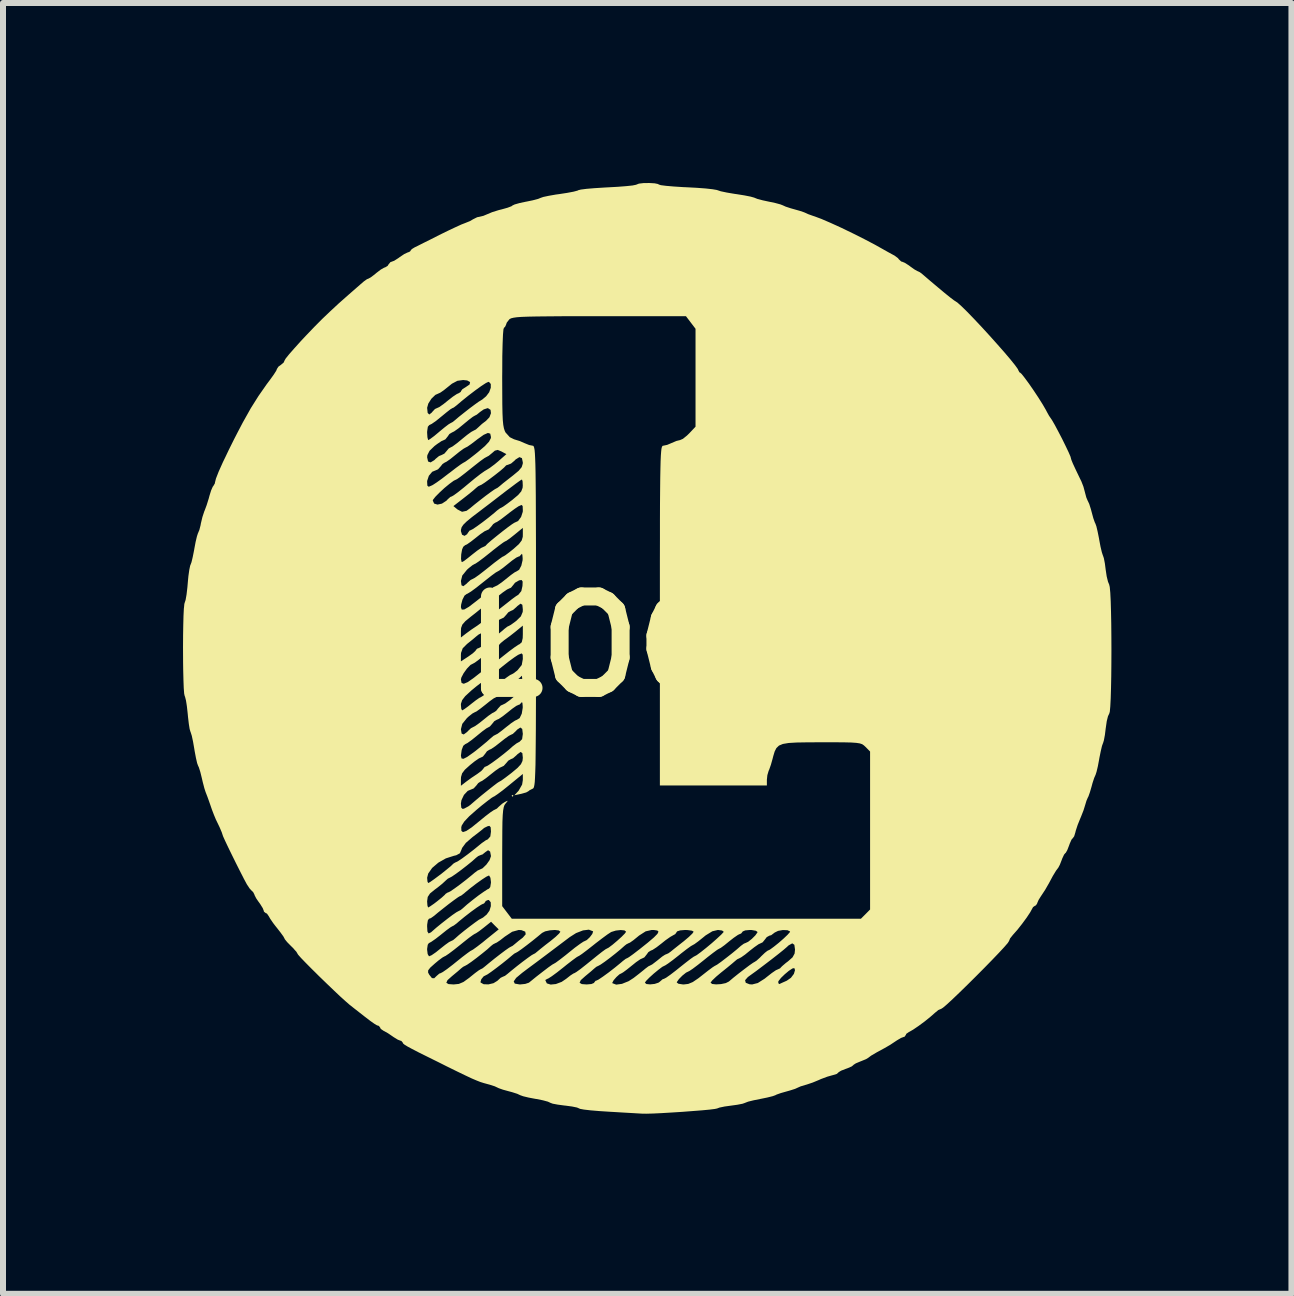
<source format=kicad_pcb>
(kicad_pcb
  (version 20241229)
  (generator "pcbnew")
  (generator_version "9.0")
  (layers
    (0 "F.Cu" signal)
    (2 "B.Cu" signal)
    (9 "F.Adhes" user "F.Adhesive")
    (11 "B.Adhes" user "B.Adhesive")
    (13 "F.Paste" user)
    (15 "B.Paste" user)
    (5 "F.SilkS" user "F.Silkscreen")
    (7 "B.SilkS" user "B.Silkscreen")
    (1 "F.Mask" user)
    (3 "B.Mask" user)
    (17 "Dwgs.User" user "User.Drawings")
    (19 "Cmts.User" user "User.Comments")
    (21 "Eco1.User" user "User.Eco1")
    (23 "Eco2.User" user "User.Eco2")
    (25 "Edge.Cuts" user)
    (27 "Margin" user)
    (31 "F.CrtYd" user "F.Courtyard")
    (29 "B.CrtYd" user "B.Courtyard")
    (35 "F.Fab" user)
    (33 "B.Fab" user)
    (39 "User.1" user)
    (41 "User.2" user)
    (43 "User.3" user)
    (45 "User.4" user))
  (footprint "LOGO"
    (layer "F.Cu")
    (at 7.728 7.725)
    (property "Reference" "LOGO" (at 0 0 0) (layer "F.SilkS") (effects (font (size 1.524 1.524) (thickness 0.3))))
    (attr board_only exclude_from_pos_files exclude_from_bom)
    (fp_poly (pts (xy -2.221 2.487) (xy -2.237 2.502) (xy -2.252 2.487) (xy -2.237 2.471)) (stroke (width 0) (type solid)) (fill yes) (layer "F.SilkS"))
    (fp_poly (pts (xy 0.131 -7.72) (xy 0.19 -7.708) (xy 0.2 -7.7) (xy 0.236 -7.689) (xy 0.322 -7.678) (xy 0.448 -7.667) (xy 0.602 -7.657) (xy 0.67 -7.654) (xy 0.836 -7.645) (xy 0.983 -7.634) (xy 1.098 -7.621) (xy 1.168 -7.609) (xy 1.18 -7.605) (xy 1.235 -7.587) (xy 1.335 -7.566) (xy 1.459 -7.545) (xy 1.501 -7.539) (xy 1.626 -7.519) (xy 1.728 -7.499) (xy 1.789 -7.482) (xy 1.799 -7.478) (xy 1.844 -7.46) (xy 1.931 -7.437) (xy 2.033 -7.415) (xy 2.142 -7.392) (xy 2.227 -7.369) (xy 2.268 -7.353) (xy 2.314 -7.332) (xy 2.399 -7.304) (xy 2.456 -7.288) (xy 2.551 -7.261) (xy 2.622 -7.237) (xy 2.643 -7.228) (xy 2.691 -7.206) (xy 2.772 -7.177) (xy 2.8 -7.168) (xy 2.912 -7.126) (xy 3.065 -7.06) (xy 3.245 -6.978) (xy 3.437 -6.885) (xy 3.628 -6.789) (xy 3.803 -6.697) (xy 3.926 -6.628) (xy 4.02 -6.575) (xy 4.097 -6.533) (xy 4.129 -6.516) (xy 4.187 -6.473) (xy 4.201 -6.454) (xy 4.241 -6.417) (xy 4.258 -6.413) (xy 4.301 -6.395) (xy 4.37 -6.351) (xy 4.392 -6.334) (xy 4.461 -6.285) (xy 4.508 -6.258) (xy 4.515 -6.256) (xy 4.552 -6.238) (xy 4.59 -6.209) (xy 4.722 -6.096) (xy 4.849 -5.989) (xy 4.964 -5.893) (xy 5.057 -5.818) (xy 5.12 -5.77) (xy 5.142 -5.756) (xy 5.177 -5.733) (xy 5.246 -5.671) (xy 5.342 -5.577) (xy 5.456 -5.459) (xy 5.582 -5.325) (xy 5.712 -5.183) (xy 5.84 -5.04) (xy 5.959 -4.905) (xy 6.06 -4.786) (xy 6.138 -4.689) (xy 6.184 -4.625) (xy 6.194 -4.602) (xy 6.212 -4.569) (xy 6.22 -4.567) (xy 6.248 -4.542) (xy 6.3 -4.476) (xy 6.37 -4.381) (xy 6.448 -4.268) (xy 6.527 -4.149) (xy 6.598 -4.036) (xy 6.653 -3.941) (xy 6.669 -3.91) (xy 6.704 -3.847) (xy 6.725 -3.816) (xy 6.753 -3.775) (xy 6.801 -3.692) (xy 6.859 -3.583) (xy 6.922 -3.462) (xy 6.981 -3.342) (xy 7.03 -3.239) (xy 7.062 -3.165) (xy 7.069 -3.138) (xy 7.077 -3.11) (xy 7.101 -3.051) (xy 7.146 -2.954) (xy 7.214 -2.812) (xy 7.243 -2.753) (xy 7.277 -2.666) (xy 7.304 -2.566) (xy 7.304 -2.565) (xy 7.326 -2.483) (xy 7.35 -2.427) (xy 7.352 -2.424) (xy 7.374 -2.377) (xy 7.401 -2.292) (xy 7.416 -2.236) (xy 7.442 -2.14) (xy 7.467 -2.069) (xy 7.477 -2.049) (xy 7.493 -2.005) (xy 7.514 -1.916) (xy 7.537 -1.802) (xy 7.54 -1.783) (xy 7.562 -1.666) (xy 7.584 -1.573) (xy 7.601 -1.52) (xy 7.603 -1.517) (xy 7.618 -1.472) (xy 7.635 -1.384) (xy 7.648 -1.283) (xy 7.665 -1.17) (xy 7.687 -1.08) (xy 7.706 -1.035) (xy 7.716 -0.993) (xy 7.725 -0.897) (xy 7.732 -0.758) (xy 7.737 -0.584) (xy 7.741 -0.384) (xy 7.743 -0.167) (xy 7.744 0.058) (xy 7.743 0.283) (xy 7.741 0.498) (xy 7.737 0.695) (xy 7.732 0.865) (xy 7.725 0.998) (xy 7.717 1.086) (xy 7.707 1.119) (xy 7.687 1.16) (xy 7.666 1.244) (xy 7.65 1.356) (xy 7.649 1.361) (xy 7.635 1.474) (xy 7.618 1.564) (xy 7.604 1.61) (xy 7.603 1.611) (xy 7.587 1.655) (xy 7.566 1.744) (xy 7.543 1.858) (xy 7.54 1.877) (xy 7.518 1.994) (xy 7.496 2.087) (xy 7.479 2.14) (xy 7.477 2.143) (xy 7.457 2.189) (xy 7.429 2.274) (xy 7.414 2.33) (xy 7.386 2.426) (xy 7.361 2.497) (xy 7.35 2.518) (xy 7.328 2.569) (xy 7.306 2.642) (xy 7.279 2.729) (xy 7.237 2.836) (xy 7.223 2.869) (xy 7.181 2.973) (xy 7.149 3.071) (xy 7.143 3.097) (xy 7.123 3.162) (xy 7.102 3.191) (xy 7.102 3.191) (xy 7.079 3.217) (xy 7.049 3.285) (xy 7.038 3.316) (xy 7.008 3.393) (xy 6.983 3.437) (xy 6.977 3.441) (xy 6.955 3.467) (xy 6.924 3.533) (xy 6.915 3.558) (xy 6.884 3.637) (xy 6.858 3.686) (xy 6.854 3.691) (xy 6.821 3.735) (xy 6.767 3.824) (xy 6.7 3.949) (xy 6.694 3.959) (xy 6.64 4.053) (xy 6.577 4.149) (xy 6.575 4.151) (xy 6.53 4.223) (xy 6.507 4.276) (xy 6.506 4.282) (xy 6.484 4.315) (xy 6.474 4.317) (xy 6.438 4.342) (xy 6.422 4.371) (xy 6.39 4.429) (xy 6.331 4.518) (xy 6.256 4.62) (xy 6.178 4.719) (xy 6.11 4.796) (xy 6.102 4.805) (xy 6.055 4.864) (xy 6.037 4.908) (xy 6.016 4.941) (xy 5.957 5.009) (xy 5.867 5.106) (xy 5.754 5.224) (xy 5.626 5.355) (xy 5.489 5.493) (xy 5.351 5.63) (xy 5.22 5.758) (xy 5.103 5.87) (xy 5.007 5.959) (xy 4.939 6.017) (xy 4.908 6.037) (xy 4.86 6.057) (xy 4.805 6.102) (xy 4.731 6.167) (xy 4.635 6.245) (xy 4.532 6.321) (xy 4.441 6.383) (xy 4.377 6.42) (xy 4.371 6.422) (xy 4.325 6.454) (xy 4.317 6.474) (xy 4.293 6.505) (xy 4.282 6.506) (xy 4.236 6.523) (xy 4.166 6.565) (xy 4.151 6.575) (xy 4.056 6.638) (xy 3.961 6.693) (xy 3.959 6.694) (xy 3.832 6.763) (xy 3.74 6.817) (xy 3.693 6.852) (xy 3.691 6.854) (xy 3.654 6.876) (xy 3.581 6.906) (xy 3.558 6.915) (xy 3.484 6.946) (xy 3.444 6.972) (xy 3.441 6.977) (xy 3.414 6.998) (xy 3.347 7.027) (xy 3.316 7.038) (xy 3.239 7.068) (xy 3.195 7.095) (xy 3.191 7.102) (xy 3.164 7.123) (xy 3.099 7.143) (xy 3.097 7.143) (xy 3.009 7.168) (xy 2.902 7.208) (xy 2.869 7.223) (xy 2.765 7.266) (xy 2.667 7.299) (xy 2.642 7.306) (xy 2.566 7.329) (xy 2.518 7.35) (xy 2.472 7.371) (xy 2.387 7.398) (xy 2.33 7.414) (xy 2.235 7.441) (xy 2.164 7.466) (xy 2.143 7.477) (xy 2.098 7.493) (xy 2.01 7.515) (xy 1.898 7.538) (xy 1.892 7.539) (xy 1.779 7.562) (xy 1.69 7.584) (xy 1.643 7.602) (xy 1.642 7.603) (xy 1.596 7.619) (xy 1.508 7.636) (xy 1.407 7.65) (xy 1.298 7.665) (xy 1.212 7.683) (xy 1.172 7.698) (xy 1.134 7.706) (xy 1.045 7.717) (xy 0.917 7.729) (xy 0.762 7.741) (xy 0.592 7.754) (xy 0.418 7.765) (xy 0.252 7.775) (xy 0.106 7.782) (xy -0.008 7.785) (xy -0.078 7.784) (xy -0.078 7.784) (xy -0.13 7.781) (xy -0.232 7.775) (xy -0.372 7.767) (xy -0.536 7.757) (xy -0.624 7.752) (xy -0.792 7.741) (xy -0.936 7.729) (xy -1.047 7.716) (xy -1.112 7.704) (xy -1.125 7.698) (xy -1.162 7.682) (xy -1.245 7.665) (xy -1.356 7.65) (xy -1.369 7.649) (xy -1.481 7.634) (xy -1.567 7.618) (xy -1.61 7.602) (xy -1.611 7.601) (xy -1.648 7.584) (xy -1.729 7.562) (xy -1.839 7.54) (xy -1.853 7.538) (xy -1.969 7.516) (xy -2.06 7.494) (xy -2.11 7.476) (xy -2.112 7.475) (xy -2.159 7.453) (xy -2.244 7.426) (xy -2.3 7.411) (xy -2.395 7.385) (xy -2.466 7.36) (xy -2.487 7.35) (xy -2.534 7.328) (xy -2.618 7.301) (xy -2.659 7.29) (xy -2.717 7.274) (xy -2.774 7.256) (xy -2.837 7.231) (xy -2.917 7.197) (xy -3.021 7.148) (xy -3.16 7.081) (xy -3.341 6.992) (xy -3.448 6.938) (xy -3.65 6.838) (xy -3.803 6.762) (xy -3.913 6.705) (xy -3.987 6.665) (xy -4.033 6.637) (xy -4.057 6.618) (xy -4.066 6.604) (xy -4.067 6.598) (xy -4.091 6.571) (xy -4.103 6.569) (xy -4.149 6.551) (xy -4.219 6.508) (xy -4.236 6.496) (xy -4.314 6.443) (xy -4.38 6.406) (xy -4.387 6.403) (xy -4.433 6.371) (xy -4.442 6.351) (xy -4.466 6.32) (xy -4.475 6.319) (xy -4.498 6.311) (xy -4.541 6.285) (xy -4.609 6.237) (xy -4.708 6.161) (xy -4.846 6.053) (xy -4.954 5.968) (xy -5.018 5.912) (xy -5.11 5.829) (xy -5.221 5.724) (xy -5.342 5.608) (xy -5.347 5.603) (xy -3.34 5.603) (xy -3.303 5.625) (xy -3.218 5.631) (xy -3.131 5.622) (xy -3.058 5.591) (xy -2.771 5.591) (xy -2.768 5.599) (xy -2.719 5.627) (xy -2.639 5.63) (xy -2.554 5.61) (xy -2.505 5.58) (xy -2.217 5.58) (xy -2.199 5.617) (xy -2.123 5.63) (xy -2.11 5.631) (xy -2.025 5.622) (xy -1.965 5.602) (xy -1.962 5.6) (xy -1.916 5.563) (xy -1.689 5.563) (xy -1.665 5.613) (xy -1.601 5.633) (xy -1.514 5.624) (xy -1.458 5.603) (xy -1.119 5.603) (xy -1.082 5.625) (xy -1.001 5.631) (xy -0.923 5.624) (xy -0.879 5.606) (xy -0.877 5.602) (xy -0.574 5.602) (xy -0.573 5.61) (xy -0.509 5.634) (xy -0.413 5.621) (xy -0.366 5.602) (xy -0.031 5.602) (xy -0.005 5.624) (xy 0.057 5.63) (xy 0.132 5.622) (xy 0.196 5.601) (xy 0.2 5.598) (xy 0.5 5.598) (xy 0.528 5.619) (xy 0.597 5.63) (xy 0.618 5.631) (xy 0.692 5.622) (xy 0.743 5.601) (xy 1.064 5.601) (xy 1.09 5.623) (xy 1.156 5.63) (xy 1.239 5.625) (xy 1.318 5.608) (xy 1.369 5.582) (xy 1.395 5.56) (xy 1.639 5.56) (xy 1.65 5.603) (xy 1.713 5.628) (xy 1.757 5.631) (xy 1.851 5.607) (xy 1.876 5.591) (xy 2.19 5.591) (xy 2.202 5.624) (xy 2.213 5.623) (xy 2.256 5.603) (xy 2.328 5.571) (xy 2.336 5.567) (xy 2.403 5.52) (xy 2.452 5.455) (xy 2.471 5.392) (xy 2.459 5.358) (xy 2.427 5.365) (xy 2.368 5.404) (xy 2.3 5.461) (xy 2.237 5.522) (xy 2.197 5.573) (xy 2.19 5.591) (xy 1.876 5.591) (xy 1.966 5.534) (xy 2.002 5.505) (xy 2.085 5.44) (xy 2.152 5.394) (xy 2.184 5.38) (xy 2.223 5.362) (xy 2.226 5.357) (xy 2.256 5.326) (xy 2.318 5.273) (xy 2.354 5.246) (xy 2.43 5.179) (xy 2.464 5.116) (xy 2.471 5.05) (xy 2.46 4.97) (xy 2.425 4.946) (xy 2.364 4.98) (xy 2.334 5.008) (xy 2.283 5.052) (xy 2.195 5.123) (xy 2.081 5.212) (xy 1.954 5.309) (xy 1.827 5.405) (xy 1.712 5.488) (xy 1.685 5.508) (xy 1.639 5.56) (xy 1.395 5.56) (xy 1.441 5.521) (xy 1.531 5.449) (xy 1.626 5.376) (xy 1.711 5.312) (xy 1.773 5.269) (xy 1.798 5.255) (xy 1.829 5.235) (xy 1.886 5.184) (xy 1.908 5.161) (xy 1.969 5.103) (xy 2.011 5.07) (xy 2.018 5.067) (xy 2.055 5.049) (xy 2.12 5.001) (xy 2.2 4.937) (xy 2.28 4.867) (xy 2.346 4.804) (xy 2.385 4.76) (xy 2.389 4.748) (xy 2.345 4.727) (xy 2.269 4.724) (xy 2.189 4.738) (xy 2.132 4.766) (xy 2.127 4.77) (xy 2.074 4.81) (xy 2.046 4.817) (xy 2 4.842) (xy 1.971 4.88) (xy 1.931 4.929) (xy 1.904 4.942) (xy 1.863 4.961) (xy 1.793 5.01) (xy 1.72 5.067) (xy 1.639 5.133) (xy 1.575 5.178) (xy 1.547 5.193) (xy 1.507 5.212) (xy 1.473 5.24) (xy 1.424 5.282) (xy 1.343 5.349) (xy 1.247 5.426) (xy 1.243 5.429) (xy 1.156 5.502) (xy 1.092 5.563) (xy 1.064 5.599) (xy 1.064 5.601) (xy 0.743 5.601) (xy 0.767 5.591) (xy 0.86 5.528) (xy 0.929 5.474) (xy 1.022 5.401) (xy 1.096 5.346) (xy 1.138 5.319) (xy 1.142 5.318) (xy 1.174 5.3) (xy 1.24 5.253) (xy 1.326 5.187) (xy 1.418 5.115) (xy 1.502 5.046) (xy 1.564 4.992) (xy 1.567 4.989) (xy 1.619 4.951) (xy 1.645 4.941) (xy 1.69 4.92) (xy 1.752 4.871) (xy 1.81 4.813) (xy 1.844 4.765) (xy 1.846 4.756) (xy 1.818 4.736) (xy 1.749 4.724) (xy 1.72 4.723) (xy 1.642 4.73) (xy 1.599 4.748) (xy 1.595 4.755) (xy 1.571 4.784) (xy 1.561 4.786) (xy 1.52 4.805) (xy 1.449 4.854) (xy 1.376 4.911) (xy 1.295 4.977) (xy 1.233 5.022) (xy 1.205 5.036) (xy 1.173 5.055) (xy 1.105 5.105) (xy 1.012 5.177) (xy 0.954 5.224) (xy 0.852 5.305) (xy 0.767 5.369) (xy 0.712 5.406) (xy 0.698 5.413) (xy 0.655 5.434) (xy 0.593 5.484) (xy 0.536 5.542) (xy 0.503 5.589) (xy 0.5 5.598) (xy 0.2 5.598) (xy 0.219 5.584) (xy 0.265 5.544) (xy 0.288 5.537) (xy 0.324 5.518) (xy 0.395 5.468) (xy 0.49 5.395) (xy 0.547 5.349) (xy 0.649 5.268) (xy 0.732 5.204) (xy 0.785 5.167) (xy 0.798 5.161) (xy 0.833 5.142) (xy 0.901 5.092) (xy 0.988 5.023) (xy 1.083 4.944) (xy 1.171 4.866) (xy 1.241 4.801) (xy 1.279 4.76) (xy 1.283 4.753) (xy 1.255 4.732) (xy 1.189 4.723) (xy 1.185 4.723) (xy 1.093 4.745) (xy 0.982 4.813) (xy 0.938 4.849) (xy 0.857 4.914) (xy 0.795 4.959) (xy 0.768 4.974) (xy 0.736 4.992) (xy 0.668 5.041) (xy 0.576 5.112) (xy 0.534 5.146) (xy 0.436 5.223) (xy 0.356 5.282) (xy 0.307 5.314) (xy 0.298 5.318) (xy 0.26 5.337) (xy 0.195 5.386) (xy 0.117 5.45) (xy 0.043 5.517) (xy -0.012 5.573) (xy -0.031 5.602) (xy -0.366 5.602) (xy -0.303 5.577) (xy -0.219 5.523) (xy -0.13 5.454) (xy -0.054 5.393) (xy -0.023 5.367) (xy 0.029 5.328) (xy 0.055 5.316) (xy 0.091 5.297) (xy 0.154 5.249) (xy 0.187 5.223) (xy 0.256 5.167) (xy 0.307 5.134) (xy 0.319 5.13) (xy 0.36 5.112) (xy 0.398 5.085) (xy 0.451 5.042) (xy 0.534 4.976) (xy 0.618 4.91) (xy 0.701 4.84) (xy 0.76 4.783) (xy 0.782 4.752) (xy 0.754 4.735) (xy 0.683 4.725) (xy 0.641 4.723) (xy 0.557 4.73) (xy 0.507 4.746) (xy 0.5 4.756) (xy 0.475 4.792) (xy 0.446 4.808) (xy 0.393 4.838) (xy 0.312 4.895) (xy 0.246 4.948) (xy 0.163 5.012) (xy 0.097 5.055) (xy 0.067 5.067) (xy 0.027 5.092) (xy 0 5.13) (xy -0.04 5.18) (xy -0.067 5.193) (xy -0.107 5.211) (xy -0.178 5.26) (xy -0.25 5.318) (xy -0.331 5.383) (xy -0.392 5.428) (xy -0.417 5.443) (xy -0.455 5.462) (xy -0.506 5.508) (xy -0.552 5.561) (xy -0.574 5.602) (xy -0.877 5.602) (xy -0.876 5.599) (xy -0.852 5.569) (xy -0.842 5.568) (xy -0.804 5.55) (xy -0.731 5.501) (xy -0.636 5.432) (xy -0.533 5.352) (xy -0.434 5.271) (xy -0.399 5.241) (xy -0.349 5.203) (xy -0.326 5.193) (xy -0.295 5.175) (xy -0.228 5.127) (xy -0.141 5.06) (xy -0.131 5.053) (xy 0.018 4.934) (xy 0.12 4.847) (xy 0.178 4.788) (xy 0.196 4.751) (xy 0.176 4.732) (xy 0.123 4.724) (xy 0.082 4.723) (xy -0.018 4.746) (xy -0.129 4.817) (xy -0.148 4.833) (xy -0.223 4.894) (xy -0.28 4.934) (xy -0.3 4.942) (xy -0.339 4.962) (xy -0.373 4.989) (xy -0.437 5.046) (xy -0.522 5.116) (xy -0.615 5.189) (xy -0.702 5.254) (xy -0.769 5.3) (xy -0.801 5.318) (xy -0.84 5.337) (xy -0.873 5.364) (xy -0.93 5.414) (xy -1.007 5.478) (xy -1.024 5.492) (xy -1.1 5.56) (xy -1.119 5.603) (xy -1.458 5.603) (xy -1.418 5.588) (xy -1.344 5.538) (xy -1.273 5.482) (xy -1.221 5.448) (xy -1.209 5.444) (xy -1.175 5.425) (xy -1.104 5.374) (xy -1.009 5.299) (xy -0.936 5.24) (xy -0.831 5.155) (xy -0.745 5.087) (xy -0.687 5.045) (xy -0.67 5.036) (xy -0.634 5.017) (xy -0.569 4.968) (xy -0.492 4.903) (xy -0.418 4.836) (xy -0.364 4.781) (xy -0.344 4.752) (xy -0.371 4.73) (xy -0.435 4.724) (xy -0.515 4.733) (xy -0.59 4.756) (xy -0.602 4.763) (xy -0.657 4.799) (xy -0.745 4.864) (xy -0.851 4.945) (xy -0.896 4.981) (xy -0.997 5.06) (xy -1.079 5.122) (xy -1.131 5.157) (xy -1.142 5.161) (xy -1.173 5.18) (xy -1.241 5.23) (xy -1.334 5.302) (xy -1.392 5.349) (xy -1.495 5.43) (xy -1.582 5.494) (xy -1.64 5.531) (xy -1.655 5.537) (xy -1.688 5.555) (xy -1.689 5.563) (xy -1.916 5.563) (xy -1.841 5.502) (xy -1.729 5.415) (xy -1.636 5.344) (xy -1.572 5.299) (xy -1.548 5.286) (xy -1.517 5.268) (xy -1.449 5.218) (xy -1.356 5.146) (xy -1.298 5.099) (xy -1.196 5.017) (xy -1.11 4.954) (xy -1.054 4.917) (xy -1.04 4.911) (xy -0.999 4.891) (xy -0.949 4.844) (xy -0.908 4.79) (xy -0.894 4.75) (xy -0.896 4.745) (xy -0.964 4.718) (xy -1.062 4.73) (xy -1.178 4.775) (xy -1.282 4.841) (xy -1.482 4.992) (xy -1.673 5.136) (xy -1.845 5.265) (xy -1.988 5.371) (xy -2.078 5.439) (xy -2.176 5.521) (xy -2.217 5.58) (xy -2.505 5.58) (xy -2.489 5.57) (xy -2.487 5.568) (xy -2.436 5.521) (xy -2.404 5.505) (xy -2.362 5.487) (xy -2.323 5.457) (xy -2.252 5.398) (xy -2.163 5.326) (xy -2.069 5.253) (xy -1.983 5.189) (xy -1.921 5.145) (xy -1.895 5.13) (xy -1.86 5.112) (xy -1.822 5.081) (xy -1.769 5.037) (xy -1.685 4.97) (xy -1.603 4.907) (xy -1.519 4.838) (xy -1.46 4.782) (xy -1.439 4.752) (xy -1.466 4.731) (xy -1.531 4.723) (xy -1.614 4.729) (xy -1.693 4.746) (xy -1.744 4.772) (xy -1.815 4.831) (xy -1.904 4.903) (xy -1.998 4.976) (xy -2.083 5.04) (xy -2.146 5.084) (xy -2.172 5.099) (xy -2.207 5.117) (xy -2.244 5.147) (xy -2.319 5.21) (xy -2.41 5.283) (xy -2.505 5.356) (xy -2.59 5.419) (xy -2.652 5.462) (xy -2.675 5.474) (xy -2.718 5.496) (xy -2.757 5.544) (xy -2.771 5.591) (xy -3.058 5.591) (xy -3.052 5.588) (xy -2.958 5.52) (xy -2.94 5.505) (xy -2.859 5.44) (xy -2.798 5.395) (xy -2.772 5.38) (xy -2.736 5.362) (xy -2.698 5.332) (xy -2.627 5.273) (xy -2.538 5.201) (xy -2.444 5.128) (xy -2.359 5.064) (xy -2.296 5.02) (xy -2.27 5.005) (xy -2.235 4.987) (xy -2.197 4.956) (xy -2.13 4.9) (xy -2.067 4.852) (xy -2.017 4.795) (xy -2.025 4.751) (xy -2.088 4.726) (xy -2.134 4.723) (xy -2.243 4.753) (xy -2.364 4.833) (xy -2.441 4.893) (xy -2.5 4.933) (xy -2.521 4.942) (xy -2.56 4.962) (xy -2.594 4.989) (xy -2.657 5.046) (xy -2.743 5.116) (xy -2.836 5.189) (xy -2.923 5.254) (xy -2.99 5.3) (xy -3.022 5.318) (xy -3.06 5.337) (xy -3.094 5.364) (xy -3.151 5.414) (xy -3.228 5.478) (xy -3.245 5.492) (xy -3.321 5.56) (xy -3.34 5.603) (xy -5.347 5.603) (xy -5.465 5.489) (xy -5.522 5.432) (xy -3.644 5.432) (xy -3.625 5.468) (xy -3.58 5.525) (xy -3.542 5.528) (xy -3.503 5.49) (xy -3.457 5.45) (xy -3.435 5.443) (xy -3.399 5.424) (xy -3.327 5.374) (xy -3.232 5.301) (xy -3.175 5.255) (xy -3.074 5.174) (xy -2.991 5.111) (xy -2.938 5.073) (xy -2.926 5.067) (xy -2.894 5.049) (xy -2.826 5) (xy -2.734 4.929) (xy -2.687 4.89) (xy -2.467 4.713) (xy -2.531 4.65) (xy -2.594 4.586) (xy -2.719 4.686) (xy -2.793 4.743) (xy -2.847 4.779) (xy -2.863 4.786) (xy -2.894 4.805) (xy -2.962 4.854) (xy -3.054 4.927) (xy -3.112 4.974) (xy -3.214 5.055) (xy -3.299 5.119) (xy -3.354 5.156) (xy -3.368 5.162) (xy -3.404 5.182) (xy -3.47 5.231) (xy -3.531 5.282) (xy -3.607 5.35) (xy -3.642 5.395) (xy -3.644 5.432) (xy -5.522 5.432) (xy -5.582 5.373) (xy -5.683 5.271) (xy -5.762 5.189) (xy -5.809 5.136) (xy -5.818 5.122) (xy -5.839 5.086) (xy -5.87 5.052) (xy -3.66 5.052) (xy -3.651 5.124) (xy -3.63 5.16) (xy -3.625 5.161) (xy -3.584 5.143) (xy -3.513 5.094) (xy -3.441 5.036) (xy -3.359 4.971) (xy -3.295 4.925) (xy -3.267 4.911) (xy -3.227 4.892) (xy -3.193 4.864) (xy -3.129 4.807) (xy -3.043 4.737) (xy -2.949 4.664) (xy -2.862 4.599) (xy -2.796 4.552) (xy -2.765 4.536) (xy -2.728 4.516) (xy -2.671 4.469) (xy -2.669 4.468) (xy -2.621 4.402) (xy -2.598 4.326) (xy -2.6 4.261) (xy -2.63 4.225) (xy -2.643 4.223) (xy -2.685 4.24) (xy -2.69 4.254) (xy -2.714 4.284) (xy -2.724 4.285) (xy -2.762 4.304) (xy -2.835 4.352) (xy -2.93 4.421) (xy -3.033 4.501) (xy -3.132 4.582) (xy -3.167 4.613) (xy -3.217 4.65) (xy -3.24 4.661) (xy -3.271 4.679) (xy -3.337 4.727) (xy -3.423 4.796) (xy -3.43 4.802) (xy -3.519 4.871) (xy -3.591 4.921) (xy -3.63 4.942) (xy -3.631 4.942) (xy -3.65 4.97) (xy -3.66 5.038) (xy -3.66 5.052) (xy -5.87 5.052) (xy -5.892 5.026) (xy -5.928 4.991) (xy -5.992 4.926) (xy -6.031 4.878) (xy -6.037 4.865) (xy -6.056 4.83) (xy -6.104 4.764) (xy -6.157 4.696) (xy -6.185 4.661) (xy -3.66 4.661) (xy -3.655 4.749) (xy -3.635 4.781) (xy -3.595 4.762) (xy -3.569 4.739) (xy -3.505 4.683) (xy -3.419 4.613) (xy -3.326 4.54) (xy -3.239 4.474) (xy -3.172 4.428) (xy -3.141 4.411) (xy -3.102 4.391) (xy -3.068 4.364) (xy -2.994 4.298) (xy -2.901 4.223) (xy -2.804 4.148) (xy -2.716 4.086) (xy -2.653 4.045) (xy -2.63 4.035) (xy -2.608 4.008) (xy -2.597 3.94) (xy -2.596 3.926) (xy -2.605 3.853) (xy -2.626 3.817) (xy -2.631 3.816) (xy -2.671 3.834) (xy -2.745 3.882) (xy -2.839 3.949) (xy -2.938 4.025) (xy -3.028 4.099) (xy -3.042 4.112) (xy -3.092 4.15) (xy -3.115 4.16) (xy -3.145 4.178) (xy -3.211 4.225) (xy -3.298 4.29) (xy -3.392 4.364) (xy -3.48 4.434) (xy -3.543 4.487) (xy -3.598 4.526) (xy -3.629 4.536) (xy -3.648 4.563) (xy -3.659 4.633) (xy -3.66 4.661) (xy -6.185 4.661) (xy -6.225 4.609) (xy -6.277 4.533) (xy -6.297 4.497) (xy -6.329 4.45) (xy -6.349 4.442) (xy -6.38 4.417) (xy -6.381 4.406) (xy -6.399 4.36) (xy -6.443 4.289) (xy -6.459 4.267) (xy -6.475 4.245) (xy -3.66 4.245) (xy -3.655 4.315) (xy -3.644 4.348) (xy -3.642 4.348) (xy -3.61 4.33) (xy -3.545 4.285) (xy -3.494 4.246) (xy -3.418 4.185) (xy -3.366 4.138) (xy -3.352 4.121) (xy -3.316 4.098) (xy -3.311 4.098) (xy -3.274 4.08) (xy -3.202 4.031) (xy -3.109 3.963) (xy -3.007 3.884) (xy -2.91 3.805) (xy -2.87 3.771) (xy -2.818 3.732) (xy -2.792 3.721) (xy -2.736 3.695) (xy -2.672 3.633) (xy -2.619 3.559) (xy -2.596 3.493) (xy -2.596 3.491) (xy -2.61 3.417) (xy -2.644 3.394) (xy -2.69 3.426) (xy -2.738 3.465) (xy -2.762 3.472) (xy -2.809 3.492) (xy -2.844 3.519) (xy -2.911 3.579) (xy -3 3.651) (xy -3.094 3.724) (xy -3.181 3.788) (xy -3.247 3.833) (xy -3.275 3.848) (xy -3.315 3.868) (xy -3.353 3.902) (xy -3.408 3.953) (xy -3.49 4.019) (xy -3.531 4.049) (xy -3.612 4.115) (xy -3.65 4.173) (xy -3.66 4.245) (xy -6.475 4.245) (xy -6.509 4.195) (xy -6.536 4.142) (xy -6.538 4.133) (xy -6.561 4.089) (xy -6.577 4.076) (xy -6.618 4.032) (xy -6.665 3.961) (xy -6.667 3.957) (xy -6.718 3.862) (xy -6.722 3.853) (xy -3.66 3.853) (xy -3.654 3.917) (xy -3.642 3.941) (xy -3.61 3.924) (xy -3.542 3.876) (xy -3.452 3.809) (xy -3.43 3.793) (xy -3.338 3.719) (xy -3.266 3.66) (xy -3.229 3.624) (xy -3.227 3.621) (xy -3.191 3.598) (xy -3.186 3.597) (xy -3.149 3.579) (xy -3.077 3.531) (xy -2.983 3.462) (xy -2.881 3.383) (xy -2.783 3.303) (xy -2.75 3.276) (xy -2.683 3.229) (xy -2.649 3.213) (xy -2.607 3.165) (xy -2.596 3.083) (xy -2.601 3.011) (xy -2.622 2.988) (xy -2.651 2.994) (xy -2.705 3.02) (xy -2.721 3.032) (xy -2.753 3.059) (xy -2.82 3.112) (xy -2.903 3.175) (xy -3.015 3.272) (xy -3.077 3.356) (xy -3.087 3.383) (xy -3.114 3.445) (xy -3.175 3.478) (xy -3.214 3.487) (xy -3.348 3.53) (xy -3.473 3.601) (xy -3.576 3.689) (xy -3.642 3.783) (xy -3.66 3.853) (xy -6.722 3.853) (xy -6.78 3.74) (xy -6.848 3.605) (xy -6.916 3.467) (xy -6.978 3.34) (xy -7.028 3.234) (xy -7.06 3.163) (xy -7.069 3.137) (xy -7.082 3.097) (xy -7.114 3.021) (xy -7.118 3.012) (xy -3.091 3.012) (xy -3.089 3.071) (xy -3.063 3.092) (xy -3.007 3.073) (xy -2.917 3.013) (xy -2.789 2.909) (xy -2.689 2.827) (xy -2.605 2.763) (xy -2.551 2.727) (xy -2.538 2.721) (xy -2.497 2.7) (xy -2.47 2.673) (xy -2.408 2.618) (xy -2.364 2.59) (xy -2.32 2.569) (xy -2.323 2.581) (xy -2.354 2.618) (xy -2.371 2.642) (xy -2.383 2.676) (xy -2.393 2.73) (xy -2.4 2.809) (xy -2.405 2.921) (xy -2.407 3.074) (xy -2.408 3.275) (xy -2.409 3.503) (xy -2.409 4.326) (xy -2.329 4.431) (xy -2.249 4.536) (xy 3.569 4.536) (xy 3.646 4.459) (xy 3.722 4.382) (xy 3.722 1.749) (xy 3.646 1.672) (xy 3.619 1.647) (xy 3.59 1.627) (xy 3.551 1.614) (xy 3.493 1.605) (xy 3.407 1.599) (xy 3.284 1.596) (xy 3.116 1.595) (xy 2.912 1.595) (xy 2.677 1.596) (xy 2.497 1.599) (xy 2.364 1.607) (xy 2.269 1.623) (xy 2.204 1.65) (xy 2.161 1.691) (xy 2.132 1.748) (xy 2.109 1.824) (xy 2.097 1.871) (xy 2.069 1.97) (xy 2.041 2.05) (xy 2.031 2.072) (xy 2.01 2.143) (xy 2.002 2.221) (xy 2.002 2.315) (xy 0.219 2.315) (xy 0.219 -0.516) (xy 0.219 -1.002) (xy 0.219 -1.429) (xy 0.22 -1.8) (xy 0.22 -2.121) (xy 0.221 -2.394) (xy 0.223 -2.624) (xy 0.225 -2.813) (xy 0.228 -2.967) (xy 0.231 -3.088) (xy 0.235 -3.18) (xy 0.24 -3.248) (xy 0.245 -3.295) (xy 0.252 -3.324) (xy 0.26 -3.34) (xy 0.268 -3.347) (xy 0.274 -3.347) (xy 0.34 -3.361) (xy 0.418 -3.394) (xy 0.496 -3.427) (xy 0.555 -3.441) (xy 0.603 -3.462) (xy 0.671 -3.517) (xy 0.708 -3.553) (xy 0.813 -3.664) (xy 0.813 -5.296) (xy 0.654 -5.505) (xy -0.789 -5.505) (xy -1.13 -5.505) (xy -1.413 -5.505) (xy -1.645 -5.503) (xy -1.831 -5.501) (xy -1.976 -5.498) (xy -2.086 -5.494) (xy -2.166 -5.488) (xy -2.221 -5.48) (xy -2.258 -5.471) (xy -2.281 -5.46) (xy -2.289 -5.454) (xy -2.333 -5.398) (xy -2.346 -5.36) (xy -2.365 -5.321) (xy -2.377 -5.318) (xy -2.388 -5.287) (xy -2.396 -5.196) (xy -2.402 -5.047) (xy -2.407 -4.844) (xy -2.408 -4.588) (xy -2.409 -4.491) (xy -2.408 -4.238) (xy -2.407 -4.039) (xy -2.404 -3.887) (xy -2.399 -3.775) (xy -2.391 -3.694) (xy -2.38 -3.636) (xy -2.366 -3.594) (xy -2.354 -3.569) (xy -2.282 -3.489) (xy -2.211 -3.454) (xy -2.114 -3.424) (xy -2.039 -3.391) (xy -1.96 -3.359) (xy -1.9 -3.347) (xy -1.891 -3.345) (xy -1.883 -3.334) (xy -1.876 -3.313) (xy -1.869 -3.276) (xy -1.864 -3.22) (xy -1.86 -3.142) (xy -1.856 -3.037) (xy -1.853 -2.902) (xy -1.851 -2.733) (xy -1.849 -2.526) (xy -1.848 -2.278) (xy -1.847 -1.985) (xy -1.846 -1.642) (xy -1.846 -1.247) (xy -1.846 -0.795) (xy -1.846 -0.5) (xy -1.846 -0.012) (xy -1.846 0.416) (xy -1.846 0.79) (xy -1.847 1.113) (xy -1.848 1.388) (xy -1.85 1.619) (xy -1.852 1.811) (xy -1.854 1.966) (xy -1.858 2.09) (xy -1.862 2.185) (xy -1.866 2.255) (xy -1.872 2.304) (xy -1.879 2.337) (xy -1.886 2.356) (xy -1.895 2.366) (xy -1.9 2.368) (xy -1.955 2.396) (xy -1.971 2.41) (xy -2.009 2.431) (xy -2.083 2.452) (xy -2.096 2.455) (xy -2.205 2.478) (xy -2.135 2.402) (xy -2.077 2.3) (xy -2.065 2.225) (xy -2.065 2.123) (xy -2.297 2.313) (xy -2.399 2.395) (xy -2.485 2.459) (xy -2.541 2.497) (xy -2.555 2.503) (xy -2.588 2.523) (xy -2.657 2.575) (xy -2.752 2.65) (xy -2.831 2.716) (xy -2.959 2.829) (xy -3.041 2.916) (xy -3.083 2.982) (xy -3.091 3.012) (xy -7.118 3.012) (xy -7.137 2.972) (xy -7.181 2.881) (xy -7.213 2.804) (xy -7.246 2.718) (xy -7.281 2.616) (xy -3.097 2.616) (xy -3.091 2.685) (xy -3.068 2.706) (xy -3.042 2.7) (xy -2.971 2.662) (xy -2.94 2.639) (xy -2.853 2.564) (xy -2.753 2.48) (xy -2.651 2.398) (xy -2.56 2.326) (xy -2.492 2.274) (xy -2.458 2.252) (xy -2.457 2.252) (xy -2.425 2.234) (xy -2.358 2.186) (xy -2.269 2.118) (xy -2.251 2.104) (xy -2.153 2.022) (xy -2.097 1.961) (xy -2.071 1.907) (xy -2.065 1.853) (xy -2.073 1.776) (xy -2.102 1.756) (xy -2.155 1.795) (xy -2.174 1.814) (xy -2.228 1.861) (xy -2.265 1.877) (xy -2.307 1.901) (xy -2.339 1.939) (xy -2.383 1.988) (xy -2.412 2.002) (xy -2.453 2.021) (xy -2.524 2.07) (xy -2.596 2.127) (xy -2.679 2.193) (xy -2.743 2.238) (xy -2.773 2.252) (xy -2.809 2.276) (xy -2.839 2.315) (xy -2.884 2.364) (xy -2.915 2.377) (xy -2.983 2.405) (xy -3.046 2.472) (xy -3.088 2.56) (xy -3.097 2.616) (xy -7.281 2.616) (xy -7.288 2.598) (xy -7.288 2.596) (xy -7.321 2.504) (xy -7.35 2.429) (xy -7.352 2.424) (xy -7.373 2.359) (xy -7.383 2.32) (xy -3.097 2.32) (xy -3.011 2.253) (xy -2.922 2.188) (xy -2.826 2.124) (xy -2.823 2.122) (xy -2.758 2.074) (xy -2.723 2.036) (xy -2.721 2.03) (xy -2.697 2.003) (xy -2.688 2.002) (xy -2.649 1.984) (xy -2.576 1.935) (xy -2.483 1.867) (xy -2.384 1.79) (xy -2.291 1.714) (xy -2.237 1.665) (xy -2.169 1.613) (xy -2.119 1.586) (xy -2.077 1.543) (xy -2.065 1.456) (xy -2.075 1.373) (xy -2.106 1.349) (xy -2.159 1.384) (xy -2.181 1.408) (xy -2.231 1.455) (xy -2.263 1.47) (xy -2.3 1.489) (xy -2.368 1.538) (xy -2.44 1.595) (xy -2.524 1.661) (xy -2.591 1.706) (xy -2.623 1.72) (xy -2.663 1.745) (xy -2.69 1.783) (xy -2.73 1.833) (xy -2.757 1.846) (xy -2.797 1.864) (xy -2.868 1.913) (xy -2.944 1.974) (xy -3.031 2.052) (xy -3.077 2.113) (xy -3.095 2.174) (xy -3.097 2.211) (xy -3.097 2.32) (xy -7.383 2.32) (xy -7.399 2.259) (xy -7.415 2.19) (xy -7.44 2.089) (xy -7.464 2.013) (xy -7.477 1.986) (xy -7.493 1.942) (xy -7.513 1.854) (xy -7.519 1.822) (xy -3.096 1.822) (xy -3.087 1.864) (xy -3.055 1.871) (xy -2.992 1.839) (xy -2.892 1.768) (xy -2.852 1.738) (xy -2.753 1.658) (xy -2.665 1.585) (xy -2.609 1.535) (xy -2.554 1.488) (xy -2.519 1.47) (xy -2.484 1.452) (xy -2.418 1.403) (xy -2.346 1.345) (xy -2.262 1.279) (xy -2.195 1.234) (xy -2.163 1.22) (xy -2.118 1.192) (xy -2.083 1.119) (xy -2.067 1.021) (xy -2.067 0.995) (xy -2.072 0.937) (xy -2.083 0.926) (xy -2.085 0.931) (xy -2.12 0.967) (xy -2.133 0.97) (xy -2.173 0.988) (xy -2.243 1.037) (xy -2.315 1.095) (xy -2.399 1.161) (xy -2.466 1.206) (xy -2.499 1.22) (xy -2.541 1.244) (xy -2.572 1.283) (xy -2.613 1.331) (xy -2.638 1.345) (xy -2.673 1.364) (xy -2.741 1.414) (xy -2.827 1.484) (xy -2.829 1.486) (xy -2.916 1.556) (xy -2.987 1.607) (xy -3.026 1.627) (xy -3.026 1.627) (xy -3.058 1.654) (xy -3.084 1.723) (xy -3.096 1.812) (xy -3.096 1.822) (xy -7.519 1.822) (xy -7.535 1.737) (xy -7.54 1.705) (xy -7.561 1.584) (xy -7.582 1.486) (xy -7.6 1.429) (xy -7.603 1.423) (xy -7.616 1.379) (xy -7.617 1.378) (xy -3.097 1.378) (xy -3.085 1.45) (xy -3.05 1.465) (xy -2.992 1.422) (xy -2.98 1.408) (xy -2.93 1.361) (xy -2.899 1.345) (xy -2.862 1.326) (xy -2.794 1.278) (xy -2.721 1.22) (xy -2.639 1.154) (xy -2.574 1.109) (xy -2.545 1.095) (xy -2.509 1.071) (xy -2.478 1.032) (xy -2.433 0.983) (xy -2.401 0.969) (xy -2.358 0.948) (xy -2.287 0.897) (xy -2.211 0.834) (xy -2.127 0.756) (xy -2.083 0.699) (xy -2.068 0.644) (xy -2.07 0.593) (xy -2.08 0.486) (xy -2.209 0.603) (xy -2.286 0.667) (xy -2.348 0.71) (xy -2.373 0.719) (xy -2.415 0.743) (xy -2.447 0.782) (xy -2.488 0.831) (xy -2.513 0.845) (xy -2.55 0.863) (xy -2.618 0.912) (xy -2.69 0.97) (xy -2.773 1.035) (xy -2.837 1.081) (xy -2.867 1.095) (xy -2.904 1.115) (xy -2.966 1.164) (xy -2.995 1.19) (xy -3.074 1.288) (xy -3.097 1.378) (xy -7.617 1.378) (xy -7.631 1.29) (xy -7.645 1.171) (xy -7.649 1.126) (xy -7.663 1) (xy -7.667 0.972) (xy -3.097 0.972) (xy -3.091 1.037) (xy -3.077 1.064) (xy -3.043 1.045) (xy -2.978 0.998) (xy -2.923 0.954) (xy -2.846 0.894) (xy -2.788 0.854) (xy -2.768 0.845) (xy -2.737 0.826) (xy -2.669 0.776) (xy -2.576 0.704) (xy -2.518 0.657) (xy -2.416 0.576) (xy -2.331 0.512) (xy -2.276 0.474) (xy -2.262 0.468) (xy -2.224 0.449) (xy -2.162 0.402) (xy -2.151 0.392) (xy -2.083 0.307) (xy -2.065 0.207) (xy -2.067 0.135) (xy -2.085 0.114) (xy -2.132 0.133) (xy -2.146 0.14) (xy -2.204 0.178) (xy -2.296 0.245) (xy -2.405 0.331) (xy -2.475 0.388) (xy -2.579 0.474) (xy -2.666 0.542) (xy -2.724 0.585) (xy -2.742 0.594) (xy -2.774 0.613) (xy -2.839 0.663) (xy -2.924 0.733) (xy -2.929 0.738) (xy -3.024 0.825) (xy -3.076 0.892) (xy -3.096 0.952) (xy -3.097 0.972) (xy -7.667 0.972) (xy -7.679 0.897) (xy -7.695 0.834) (xy -7.7 0.825) (xy -7.709 0.783) (xy -7.716 0.69) (xy -7.721 0.556) (xy -7.721 0.548) (xy -3.097 0.548) (xy -3.086 0.606) (xy -3.049 0.62) (xy -2.982 0.592) (xy -2.879 0.519) (xy -2.836 0.485) (xy -2.748 0.416) (xy -2.679 0.365) (xy -2.644 0.344) (xy -2.643 0.344) (xy -2.611 0.326) (xy -2.543 0.276) (xy -2.451 0.204) (xy -2.398 0.162) (xy -2.293 0.079) (xy -2.201 0.011) (xy -2.136 -0.032) (xy -2.119 -0.04) (xy -2.083 -0.072) (xy -2.067 -0.141) (xy -2.065 -0.205) (xy -2.065 -0.349) (xy -2.192 -0.245) (xy -2.276 -0.179) (xy -2.346 -0.127) (xy -2.372 -0.109) (xy -2.434 -0.058) (xy -2.465 -0.023) (xy -2.512 0.021) (xy -2.539 0.031) (xy -2.579 0.05) (xy -2.649 0.099) (xy -2.721 0.156) (xy -2.803 0.222) (xy -2.864 0.267) (xy -2.891 0.282) (xy -2.937 0.306) (xy -2.996 0.367) (xy -3.051 0.443) (xy -3.089 0.515) (xy -3.097 0.548) (xy -7.721 0.548) (xy -7.725 0.391) (xy -7.727 0.247) (xy -3.097 0.247) (xy -2.972 0.165) (xy -2.898 0.112) (xy -2.853 0.07) (xy -2.847 0.057) (xy -2.822 0.032) (xy -2.813 0.031) (xy -2.775 0.013) (xy -2.702 -0.036) (xy -2.607 -0.105) (xy -2.503 -0.185) (xy -2.405 -0.265) (xy -2.37 -0.296) (xy -2.32 -0.334) (xy -2.297 -0.344) (xy -2.265 -0.362) (xy -2.202 -0.407) (xy -2.172 -0.43) (xy -2.098 -0.503) (xy -2.067 -0.577) (xy -2.065 -0.618) (xy -2.073 -0.696) (xy -2.103 -0.715) (xy -2.155 -0.676) (xy -2.174 -0.657) (xy -2.228 -0.61) (xy -2.265 -0.594) (xy -2.307 -0.571) (xy -2.339 -0.532) (xy -2.383 -0.483) (xy -2.412 -0.469) (xy -2.453 -0.45) (xy -2.524 -0.401) (xy -2.596 -0.344) (xy -2.677 -0.279) (xy -2.739 -0.233) (xy -2.765 -0.219) (xy -2.801 -0.201) (xy -2.839 -0.171) (xy -2.899 -0.12) (xy -2.979 -0.056) (xy -2.995 -0.043) (xy -3.067 0.029) (xy -3.095 0.106) (xy -3.097 0.142) (xy -3.097 0.247) (xy -7.727 0.247) (xy -7.727 0.207) (xy -7.728 0.014) (xy -7.727 -0.151) (xy -3.097 -0.151) (xy -3.011 -0.218) (xy -2.922 -0.283) (xy -2.826 -0.347) (xy -2.823 -0.349) (xy -2.758 -0.397) (xy -2.723 -0.435) (xy -2.721 -0.441) (xy -2.697 -0.468) (xy -2.688 -0.469) (xy -2.646 -0.489) (xy -2.564 -0.545) (xy -2.447 -0.632) (xy -2.303 -0.745) (xy -2.249 -0.788) (xy -2.179 -0.839) (xy -2.14 -0.863) (xy -2.09 -0.925) (xy -2.071 -1.01) (xy -2.068 -1.083) (xy -2.085 -1.109) (xy -2.126 -1.104) (xy -2.195 -1.064) (xy -2.223 -1.028) (xy -2.262 -0.981) (xy -2.288 -0.97) (xy -2.328 -0.951) (xy -2.399 -0.902) (xy -2.471 -0.845) (xy -2.553 -0.779) (xy -2.617 -0.734) (xy -2.645 -0.719) (xy -2.685 -0.7) (xy -2.719 -0.672) (xy -2.769 -0.628) (xy -2.85 -0.562) (xy -2.933 -0.497) (xy -3.023 -0.423) (xy -3.073 -0.366) (xy -3.094 -0.31) (xy -3.097 -0.261) (xy -3.097 -0.151) (xy -7.727 -0.151) (xy -7.727 -0.178) (xy -7.724 -0.356) (xy -7.72 -0.512) (xy -7.714 -0.633) (xy -7.711 -0.656) (xy -3.097 -0.656) (xy -3.083 -0.616) (xy -3.04 -0.618) (xy -2.963 -0.663) (xy -2.847 -0.752) (xy -2.842 -0.756) (xy -2.761 -0.82) (xy -2.697 -0.863) (xy -2.67 -0.876) (xy -2.634 -0.899) (xy -2.604 -0.938) (xy -2.56 -0.987) (xy -2.53 -1.001) (xy -2.489 -1.02) (xy -2.418 -1.069) (xy -2.346 -1.126) (xy -2.264 -1.192) (xy -2.201 -1.237) (xy -2.173 -1.251) (xy -2.127 -1.279) (xy -2.09 -1.349) (xy -2.069 -1.439) (xy -2.068 -1.47) (xy -2.073 -1.531) (xy -2.082 -1.546) (xy -2.085 -1.541) (xy -2.12 -1.504) (xy -2.133 -1.501) (xy -2.173 -1.483) (xy -2.243 -1.434) (xy -2.315 -1.376) (xy -2.396 -1.311) (xy -2.459 -1.266) (xy -2.486 -1.251) (xy -2.518 -1.233) (xy -2.586 -1.183) (xy -2.679 -1.11) (xy -2.737 -1.064) (xy -2.84 -0.982) (xy -2.927 -0.918) (xy -2.986 -0.882) (xy -3.001 -0.876) (xy -3.037 -0.849) (xy -3.071 -0.782) (xy -3.093 -0.7) (xy -3.097 -0.656) (xy -7.711 -0.656) (xy -7.706 -0.71) (xy -7.7 -0.731) (xy -7.685 -0.776) (xy -7.669 -0.868) (xy -7.655 -0.989) (xy -7.65 -1.047) (xy -7.646 -1.093) (xy -3.097 -1.093) (xy -3.087 -1.021) (xy -3.056 -1.006) (xy -3.001 -1.049) (xy -2.987 -1.064) (xy -2.935 -1.11) (xy -2.902 -1.126) (xy -2.866 -1.145) (xy -2.795 -1.195) (xy -2.701 -1.268) (xy -2.643 -1.314) (xy -2.542 -1.395) (xy -2.458 -1.458) (xy -2.405 -1.496) (xy -2.392 -1.501) (xy -2.359 -1.52) (xy -2.293 -1.569) (xy -2.217 -1.63) (xy -2.131 -1.707) (xy -2.084 -1.768) (xy -2.066 -1.829) (xy -2.065 -1.868) (xy -2.065 -1.978) (xy -2.203 -1.865) (xy -2.281 -1.803) (xy -2.34 -1.762) (xy -2.362 -1.752) (xy -2.393 -1.733) (xy -2.461 -1.683) (xy -2.554 -1.611) (xy -2.612 -1.564) (xy -2.714 -1.483) (xy -2.799 -1.419) (xy -2.854 -1.382) (xy -2.868 -1.376) (xy -2.904 -1.356) (xy -2.966 -1.307) (xy -2.995 -1.281) (xy -3.074 -1.184) (xy -3.097 -1.093) (xy -7.646 -1.093) (xy -7.638 -1.176) (xy -7.623 -1.281) (xy -7.609 -1.348) (xy -7.604 -1.36) (xy -7.587 -1.405) (xy -7.574 -1.459) (xy -3.095 -1.459) (xy -3.086 -1.413) (xy -3.078 -1.408) (xy -3.045 -1.426) (xy -2.981 -1.475) (xy -2.909 -1.533) (xy -2.826 -1.598) (xy -2.759 -1.644) (xy -2.728 -1.658) (xy -2.688 -1.677) (xy -2.685 -1.681) (xy -2.656 -1.712) (xy -2.592 -1.768) (xy -2.505 -1.839) (xy -2.41 -1.915) (xy -2.319 -1.985) (xy -2.246 -2.038) (xy -2.205 -2.064) (xy -2.202 -2.065) (xy -2.144 -2.092) (xy -2.094 -2.16) (xy -2.066 -2.246) (xy -2.065 -2.273) (xy -2.068 -2.342) (xy -2.086 -2.36) (xy -2.132 -2.34) (xy -2.135 -2.339) (xy -2.198 -2.297) (xy -2.286 -2.232) (xy -2.35 -2.182) (xy -2.432 -2.119) (xy -2.496 -2.077) (xy -2.523 -2.065) (xy -2.559 -2.041) (xy -2.589 -2.002) (xy -2.633 -1.953) (xy -2.663 -1.939) (xy -2.703 -1.921) (xy -2.774 -1.872) (xy -2.847 -1.814) (xy -2.93 -1.749) (xy -2.996 -1.703) (xy -3.027 -1.689) (xy -3.058 -1.663) (xy -3.077 -1.619) (xy -3.092 -1.535) (xy -3.095 -1.459) (xy -7.574 -1.459) (xy -7.566 -1.493) (xy -7.543 -1.608) (xy -7.54 -1.627) (xy -7.518 -1.744) (xy -7.496 -1.837) (xy -7.479 -1.889) (xy -7.477 -1.892) (xy -7.464 -1.924) (xy -3.097 -1.924) (xy -3.078 -1.864) (xy -3.036 -1.845) (xy -2.993 -1.873) (xy -2.983 -1.892) (xy -2.951 -1.934) (xy -2.935 -1.939) (xy -2.898 -1.958) (xy -2.827 -2.006) (xy -2.734 -2.074) (xy -2.633 -2.152) (xy -2.536 -2.231) (xy -2.495 -2.267) (xy -2.445 -2.304) (xy -2.422 -2.315) (xy -2.391 -2.333) (xy -2.325 -2.38) (xy -2.238 -2.446) (xy -2.236 -2.448) (xy -2.143 -2.526) (xy -2.091 -2.587) (xy -2.069 -2.645) (xy -2.066 -2.682) (xy -2.069 -2.752) (xy -2.079 -2.784) (xy -2.081 -2.784) (xy -2.111 -2.766) (xy -2.178 -2.718) (xy -2.272 -2.647) (xy -2.339 -2.597) (xy -2.474 -2.493) (xy -2.618 -2.382) (xy -2.747 -2.284) (xy -2.778 -2.26) (xy -2.911 -2.159) (xy -3.001 -2.085) (xy -3.056 -2.031) (xy -3.085 -1.988) (xy -3.096 -1.946) (xy -3.097 -1.924) (xy -7.464 -1.924) (xy -7.456 -1.942) (xy -7.435 -2.024) (xy -7.431 -2.049) (xy -7.405 -2.158) (xy -7.372 -2.258) (xy -7.367 -2.268) (xy -7.34 -2.341) (xy -3.222 -2.341) (xy -3.153 -2.284) (xy -3.078 -2.246) (xy -3.003 -2.262) (xy -2.943 -2.306) (xy -2.87 -2.367) (xy -2.78 -2.438) (xy -2.686 -2.511) (xy -2.602 -2.573) (xy -2.542 -2.615) (xy -2.52 -2.628) (xy -2.486 -2.646) (xy -2.448 -2.676) (xy -2.395 -2.721) (xy -2.311 -2.787) (xy -2.229 -2.851) (xy -2.135 -2.929) (xy -2.084 -2.99) (xy -2.066 -3.048) (xy -2.065 -3.068) (xy -2.08 -3.14) (xy -2.122 -3.157) (xy -2.185 -3.118) (xy -2.205 -3.097) (xy -2.261 -3.05) (xy -2.301 -3.034) (xy -2.345 -3.019) (xy -2.351 -3.011) (xy -2.381 -2.98) (xy -2.445 -2.925) (xy -2.53 -2.858) (xy -2.62 -2.79) (xy -2.7 -2.732) (xy -2.756 -2.696) (xy -2.771 -2.69) (xy -2.81 -2.671) (xy -2.844 -2.643) (xy -2.894 -2.599) (xy -2.975 -2.533) (xy -3.058 -2.468) (xy -3.222 -2.341) (xy -7.34 -2.341) (xy -7.334 -2.357) (xy -7.31 -2.434) (xy -3.566 -2.434) (xy -3.543 -2.383) (xy -3.487 -2.366) (xy -3.413 -2.382) (xy -3.339 -2.43) (xy -3.317 -2.454) (xy -3.272 -2.494) (xy -3.249 -2.502) (xy -3.215 -2.522) (xy -3.145 -2.573) (xy -3.051 -2.648) (xy -2.979 -2.708) (xy -2.87 -2.798) (xy -2.773 -2.874) (xy -2.701 -2.925) (xy -2.675 -2.94) (xy -2.617 -2.976) (xy -2.535 -3.037) (xy -2.475 -3.087) (xy -2.339 -3.207) (xy -2.421 -3.251) (xy -2.483 -3.277) (xy -2.531 -3.265) (xy -2.575 -3.227) (xy -2.632 -3.18) (xy -2.671 -3.159) (xy -2.671 -3.159) (xy -2.704 -3.141) (xy -2.774 -3.091) (xy -2.867 -3.018) (xy -2.925 -2.972) (xy -3.026 -2.891) (xy -3.109 -2.827) (xy -3.162 -2.79) (xy -3.174 -2.784) (xy -3.216 -2.764) (xy -3.287 -2.712) (xy -3.372 -2.642) (xy -3.455 -2.565) (xy -3.523 -2.496) (xy -3.562 -2.446) (xy -3.566 -2.434) (xy -7.31 -2.434) (xy -7.299 -2.469) (xy -7.288 -2.511) (xy -7.26 -2.601) (xy -7.233 -2.663) (xy -7.222 -2.677) (xy -7.197 -2.72) (xy -7.195 -2.738) (xy -7.192 -2.748) (xy -3.66 -2.748) (xy -3.656 -2.681) (xy -3.633 -2.663) (xy -3.575 -2.688) (xy -3.558 -2.698) (xy -3.501 -2.735) (xy -3.412 -2.799) (xy -3.308 -2.879) (xy -3.278 -2.901) (xy -3.181 -2.976) (xy -3.103 -3.033) (xy -3.057 -3.063) (xy -3.05 -3.066) (xy -3.019 -3.084) (xy -2.951 -3.133) (xy -2.86 -3.204) (xy -2.814 -3.241) (xy -2.697 -3.341) (xy -2.628 -3.415) (xy -2.598 -3.473) (xy -2.596 -3.491) (xy -2.608 -3.548) (xy -2.647 -3.56) (xy -2.717 -3.529) (xy -2.824 -3.453) (xy -2.839 -3.441) (xy -2.924 -3.376) (xy -2.989 -3.331) (xy -3.019 -3.316) (xy -3.053 -3.297) (xy -3.119 -3.249) (xy -3.191 -3.191) (xy -3.273 -3.125) (xy -3.338 -3.08) (xy -3.367 -3.066) (xy -3.403 -3.042) (xy -3.434 -3.003) (xy -3.478 -2.954) (xy -3.509 -2.94) (xy -3.575 -2.913) (xy -3.631 -2.846) (xy -3.659 -2.762) (xy -3.66 -2.748) (xy -7.192 -2.748) (xy -7.179 -2.8) (xy -7.135 -2.913) (xy -7.063 -3.074) (xy -7.024 -3.154) (xy -3.66 -3.154) (xy -3.644 -3.084) (xy -3.602 -3.069) (xy -3.538 -3.108) (xy -3.519 -3.128) (xy -3.462 -3.175) (xy -3.421 -3.191) (xy -3.373 -3.215) (xy -3.34 -3.253) (xy -3.299 -3.302) (xy -3.273 -3.316) (xy -3.236 -3.335) (xy -3.168 -3.385) (xy -3.082 -3.455) (xy -3.08 -3.457) (xy -2.994 -3.527) (xy -2.925 -3.577) (xy -2.888 -3.597) (xy -2.888 -3.597) (xy -2.847 -3.618) (xy -2.809 -3.652) (xy -2.745 -3.711) (xy -2.677 -3.763) (xy -2.621 -3.822) (xy -2.596 -3.889) (xy -2.603 -3.945) (xy -2.645 -3.972) (xy -2.653 -3.973) (xy -2.717 -3.952) (xy -2.777 -3.91) (xy -2.832 -3.865) (xy -2.865 -3.848) (xy -2.898 -3.829) (xy -2.964 -3.779) (xy -3.049 -3.709) (xy -3.051 -3.707) (xy -3.138 -3.636) (xy -3.209 -3.586) (xy -3.249 -3.566) (xy -3.249 -3.566) (xy -3.289 -3.542) (xy -3.316 -3.503) (xy -3.355 -3.454) (xy -3.381 -3.441) (xy -3.422 -3.423) (xy -3.492 -3.376) (xy -3.537 -3.342) (xy -3.62 -3.262) (xy -3.656 -3.19) (xy -3.66 -3.154) (xy -7.024 -3.154) (xy -6.964 -3.28) (xy -6.876 -3.457) (xy -6.82 -3.566) (xy -3.66 -3.566) (xy -3.655 -3.488) (xy -3.644 -3.444) (xy -3.64 -3.441) (xy -3.608 -3.46) (xy -3.542 -3.509) (xy -3.458 -3.579) (xy -3.455 -3.582) (xy -3.37 -3.652) (xy -3.305 -3.702) (xy -3.272 -3.722) (xy -3.272 -3.722) (xy -3.236 -3.741) (xy -3.198 -3.771) (xy -3.131 -3.828) (xy -3.043 -3.898) (xy -2.95 -3.971) (xy -2.864 -4.035) (xy -2.8 -4.081) (xy -2.772 -4.098) (xy -2.741 -4.117) (xy -2.685 -4.164) (xy -2.676 -4.172) (xy -2.626 -4.238) (xy -2.599 -4.313) (xy -2.599 -4.376) (xy -2.628 -4.409) (xy -2.639 -4.411) (xy -2.68 -4.392) (xy -2.757 -4.342) (xy -2.858 -4.269) (xy -2.972 -4.182) (xy -3.086 -4.09) (xy -3.167 -4.021) (xy -3.217 -3.983) (xy -3.24 -3.973) (xy -3.272 -3.954) (xy -3.336 -3.904) (xy -3.42 -3.835) (xy -3.424 -3.832) (xy -3.511 -3.761) (xy -3.583 -3.711) (xy -3.624 -3.691) (xy -3.624 -3.691) (xy -3.648 -3.663) (xy -3.659 -3.589) (xy -3.66 -3.566) (xy -6.82 -3.566) (xy -6.732 -3.734) (xy -6.6 -3.969) (xy -6.594 -3.979) (xy -3.66 -3.979) (xy -3.651 -3.894) (xy -3.624 -3.867) (xy -3.583 -3.899) (xy -3.575 -3.91) (xy -3.529 -3.959) (xy -3.498 -3.973) (xy -3.458 -3.991) (xy -3.388 -4.04) (xy -3.316 -4.098) (xy -3.232 -4.164) (xy -3.164 -4.209) (xy -3.132 -4.223) (xy -3.098 -4.245) (xy -3.097 -4.255) (xy -3.071 -4.29) (xy -3.019 -4.322) (xy -2.952 -4.368) (xy -2.944 -4.408) (xy -2.993 -4.435) (xy -3.06 -4.442) (xy -3.155 -4.429) (xy -3.246 -4.381) (xy -3.307 -4.332) (xy -3.383 -4.271) (xy -3.441 -4.231) (xy -3.461 -4.222) (xy -3.523 -4.194) (xy -3.589 -4.13) (xy -3.64 -4.05) (xy -3.66 -3.979) (xy -6.594 -3.979) (xy -6.47 -4.176) (xy -6.334 -4.371) (xy -6.28 -4.443) (xy -6.218 -4.529) (xy -6.175 -4.596) (xy -6.162 -4.628) (xy -6.138 -4.665) (xy -6.1 -4.692) (xy -6.05 -4.734) (xy -6.037 -4.765) (xy -6.017 -4.8) (xy -5.96 -4.871) (xy -5.873 -4.97) (xy -5.765 -5.09) (xy -5.675 -5.186) (xy -5.537 -5.33) (xy -5.409 -5.459) (xy -5.279 -5.583) (xy -5.138 -5.714) (xy -4.973 -5.86) (xy -4.775 -6.033) (xy -4.716 -6.084) (xy -4.663 -6.122) (xy -4.637 -6.132) (xy -4.601 -6.152) (xy -4.538 -6.199) (xy -4.506 -6.226) (xy -4.433 -6.282) (xy -4.375 -6.315) (xy -4.36 -6.319) (xy -4.318 -6.344) (xy -4.305 -6.366) (xy -4.271 -6.407) (xy -4.253 -6.413) (xy -4.208 -6.43) (xy -4.139 -6.474) (xy -4.116 -6.491) (xy -4.043 -6.54) (xy -3.987 -6.567) (xy -3.978 -6.569) (xy -3.943 -6.585) (xy -3.941 -6.592) (xy -3.916 -6.623) (xy -3.871 -6.651) (xy -3.816 -6.678) (xy -3.719 -6.727) (xy -3.594 -6.789) (xy -3.457 -6.859) (xy -3.316 -6.928) (xy -3.189 -6.988) (xy -3.091 -7.033) (xy -3.034 -7.055) (xy -2.947 -7.09) (xy -2.894 -7.121) (xy -2.826 -7.155) (xy -2.785 -7.163) (xy -2.723 -7.178) (xy -2.656 -7.206) (xy -2.577 -7.239) (xy -2.469 -7.273) (xy -2.413 -7.287) (xy -2.32 -7.313) (xy -2.254 -7.338) (xy -2.237 -7.351) (xy -2.201 -7.368) (xy -2.12 -7.391) (xy -2.012 -7.414) (xy -2.01 -7.414) (xy -1.899 -7.437) (xy -1.811 -7.46) (xy -1.767 -7.478) (xy -1.723 -7.493) (xy -1.633 -7.512) (xy -1.514 -7.533) (xy -1.454 -7.541) (xy -1.325 -7.561) (xy -1.219 -7.581) (xy -1.152 -7.599) (xy -1.139 -7.606) (xy -1.097 -7.616) (xy -1.004 -7.628) (xy -0.873 -7.639) (xy -0.716 -7.649) (xy -0.645 -7.653) (xy -0.482 -7.662) (xy -0.342 -7.673) (xy -0.237 -7.684) (xy -0.178 -7.696) (xy -0.169 -7.7) (xy -0.13 -7.715) (xy -0.052 -7.724) (xy 0.043 -7.725)) (stroke (width 0) (type solid)) (fill yes) (layer "F.SilkS")))
  (gr_rect
    (start -3 -3)
    (end 18.472 18.511)
    (stroke (width 0.1) (type default))
    (fill no)
    (layer "Edge.Cuts")))
</source>
